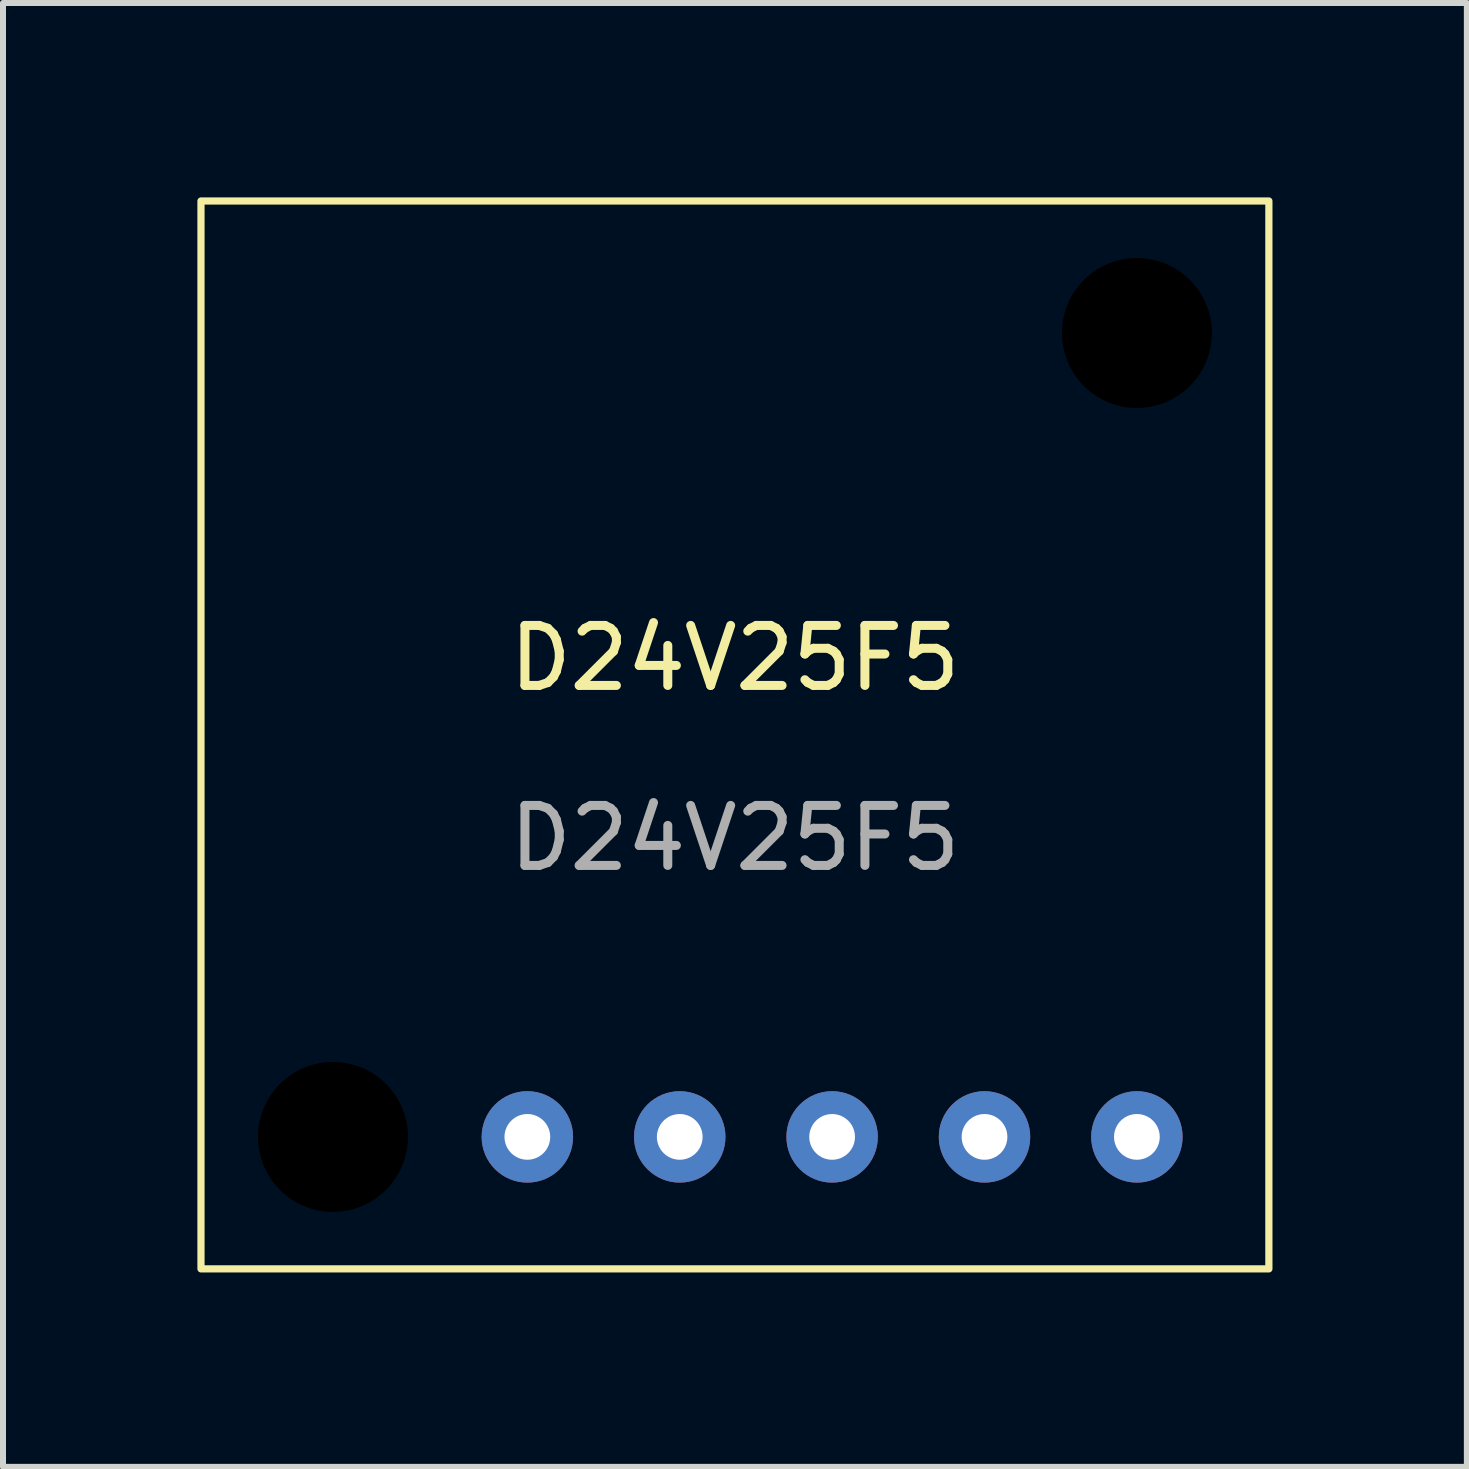
<source format=kicad_pcb>
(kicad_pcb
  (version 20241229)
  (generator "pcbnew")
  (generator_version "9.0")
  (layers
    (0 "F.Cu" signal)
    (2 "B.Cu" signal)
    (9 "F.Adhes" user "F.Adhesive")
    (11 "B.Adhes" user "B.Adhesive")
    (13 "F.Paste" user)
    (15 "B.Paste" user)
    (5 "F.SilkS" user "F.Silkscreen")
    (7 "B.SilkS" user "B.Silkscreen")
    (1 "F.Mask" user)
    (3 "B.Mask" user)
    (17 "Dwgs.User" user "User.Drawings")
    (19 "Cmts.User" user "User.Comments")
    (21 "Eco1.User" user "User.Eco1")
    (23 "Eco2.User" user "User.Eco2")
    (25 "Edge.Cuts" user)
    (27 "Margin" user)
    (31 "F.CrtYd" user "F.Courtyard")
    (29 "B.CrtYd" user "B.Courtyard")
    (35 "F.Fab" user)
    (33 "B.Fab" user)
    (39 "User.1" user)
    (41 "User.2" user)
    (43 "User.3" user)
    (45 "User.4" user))
  (footprint "D24V25F5"
    (layer "F.Cu")
    (at 0.3 0.3)
    (property "Reference" "D24V25F5" (at 8.9 7.62 0) (unlocked yes) (layer "F.SilkS") (effects (font (size 1 1) (thickness 0.15))))
    (attr through_hole)
    (fp_rect (start 0 0) (end 17.8 17.8) (stroke (width 0.12) (type solid)) (fill no) (layer "F.SilkS"))
    (fp_text user "${REFERENCE}" (at 8.9 10.62 0) (unlocked yes) (layer "F.Fab") (effects (font (size 1 1) (thickness 0.15))))
    (pad "" np_thru_hole circle (at 2.2 15.6 90) (size 5 5) (drill 2.5) (layers "*.Mask"))
    (pad "" np_thru_hole circle (at 15.6 2.2 90) (size 5 5) (drill 2.5) (layers "*.Mask"))
    (pad "1" thru_hole circle (at 5.44 15.6 90) (size 1.524 1.524) (drill 0.762) (layers "*.Cu" "*.Mask"))
    (pad "2" thru_hole circle (at 7.98 15.6 90) (size 1.524 1.524) (drill 0.762) (layers "*.Cu" "*.Mask"))
    (pad "3" thru_hole circle (at 10.52 15.6 90) (size 1.524 1.524) (drill 0.762) (layers "*.Cu" "*.Mask"))
    (pad "4" thru_hole circle (at 13.06 15.6 90) (size 1.524 1.524) (drill 0.762) (layers "*.Cu" "*.Mask"))
    (pad "5" thru_hole circle (at 15.6 15.6 90) (size 1.524 1.524) (drill 0.762) (layers "*.Cu" "*.Mask")))
  (gr_rect
    (start -3 -3)
    (end 21.4 21.4)
    (stroke (width 0.1) (type default))
    (fill no)
    (layer "Edge.Cuts")))
</source>
